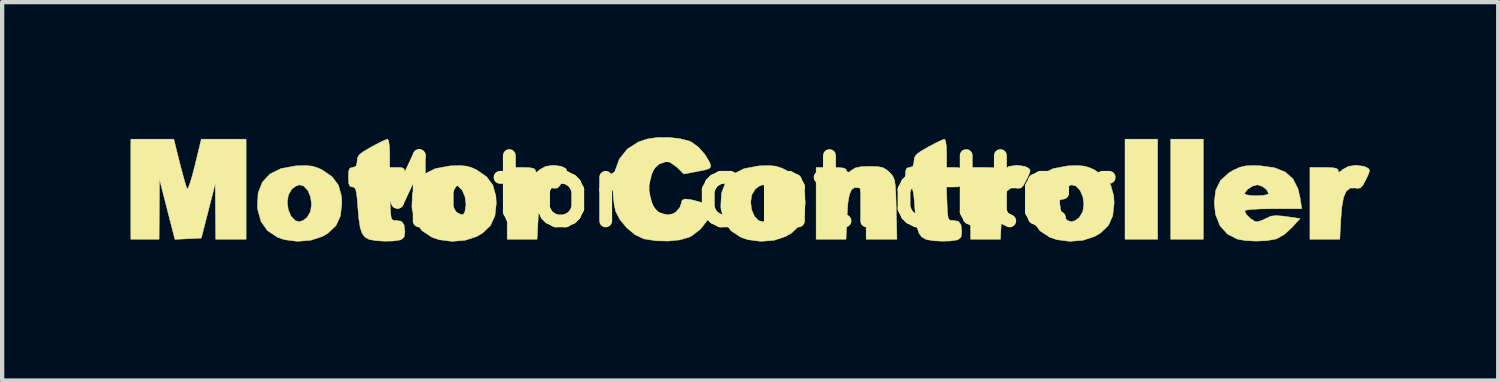
<source format=kicad_pcb>
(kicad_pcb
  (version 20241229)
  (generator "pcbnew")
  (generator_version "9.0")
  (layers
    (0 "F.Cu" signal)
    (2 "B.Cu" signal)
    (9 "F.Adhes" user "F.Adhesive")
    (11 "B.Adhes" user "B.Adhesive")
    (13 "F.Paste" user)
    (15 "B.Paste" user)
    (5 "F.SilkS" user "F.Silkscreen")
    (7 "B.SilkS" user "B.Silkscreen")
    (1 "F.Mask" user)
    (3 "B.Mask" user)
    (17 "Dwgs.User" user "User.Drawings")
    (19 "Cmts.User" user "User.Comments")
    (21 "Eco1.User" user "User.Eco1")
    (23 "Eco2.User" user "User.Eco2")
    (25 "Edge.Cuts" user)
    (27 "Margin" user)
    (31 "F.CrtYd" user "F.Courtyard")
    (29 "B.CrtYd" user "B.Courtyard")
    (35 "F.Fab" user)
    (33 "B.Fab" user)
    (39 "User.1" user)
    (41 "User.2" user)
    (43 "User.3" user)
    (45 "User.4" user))
  (footprint "MotorController"
    (layer "F.Cu")
    (at 14.178 1.418)
    (property "Reference" "MotorController" (at 0 0 0) (layer "F.SilkS") (effects (font (size 1.524 1.524) (thickness 0.3))))
    (attr through_hole)
    (fp_poly (pts (xy 9.804 1.118) (xy 9.042 1.118) (xy 9.042 -1.219) (xy 9.804 -1.219) (xy 9.804 1.118)) (stroke (width 0.01) (type solid)) (fill yes) (layer "F.SilkS"))
    (fp_poly (pts (xy 10.871 1.118) (xy 10.109 1.118) (xy 10.109 -1.219) (xy 10.871 -1.219) (xy 10.871 1.118)) (stroke (width 0.01) (type solid)) (fill yes) (layer "F.SilkS"))
    (fp_poly (pts (xy -11.481 -1.219) (xy -11.481 1.118) (xy -12.192 1.118) (xy -12.197 0.47) (xy -12.202 -0.178) (xy -12.527 1.092) (xy -12.836 1.107) (xy -13.144 1.122) (xy -13.324 0.421) (xy -13.503 -0.279) (xy -13.513 1.118) (xy -14.173 1.118) (xy -14.173 -1.219) (xy -13.169 -1.219) (xy -13.033 -0.671) (xy -12.974 -0.444) (xy -12.921 -0.25) (xy -12.88 -0.114) (xy -12.859 -0.061) (xy -12.833 -0.083) (xy -12.792 -0.189) (xy -12.739 -0.363) (xy -12.68 -0.589) (xy -12.675 -0.61) (xy -12.528 -1.219) (xy -12.004 -1.219) (xy -11.481 -1.219)) (stroke (width 0.01) (type solid)) (fill yes) (layer "F.SilkS"))
    (fp_poly (pts (xy -4.124 -0.584) (xy -4.062 -0.558) (xy -4.007 -0.522) (xy -3.993 -0.476) (xy -4.022 -0.39) (xy -4.076 -0.277) (xy -4.149 -0.141) (xy -4.209 -0.079) (xy -4.282 -0.07) (xy -4.326 -0.078) (xy -4.445 -0.076) (xy -4.535 -0.006) (xy -4.599 0.141) (xy -4.641 0.373) (xy -4.662 0.637) (xy -4.687 1.118) (xy -5.385 1.118) (xy -5.385 -0.559) (xy -5.055 -0.559) (xy -4.869 -0.554) (xy -4.766 -0.536) (xy -4.727 -0.5) (xy -4.724 -0.483) (xy -4.709 -0.443) (xy -4.654 -0.478) (xy -4.623 -0.508) (xy -4.486 -0.583) (xy -4.305 -0.61) (xy -4.124 -0.584)) (stroke (width 0.01) (type solid)) (fill yes) (layer "F.SilkS"))
    (fp_poly (pts (xy 6.697 -0.584) (xy 6.759 -0.558) (xy 6.813 -0.522) (xy 6.827 -0.476) (xy 6.798 -0.39) (xy 6.744 -0.277) (xy 6.672 -0.141) (xy 6.612 -0.079) (xy 6.538 -0.07) (xy 6.495 -0.078) (xy 6.375 -0.076) (xy 6.285 -0.006) (xy 6.221 0.141) (xy 6.179 0.373) (xy 6.158 0.637) (xy 6.133 1.118) (xy 5.436 1.118) (xy 5.436 -0.559) (xy 5.766 -0.559) (xy 5.951 -0.554) (xy 6.054 -0.536) (xy 6.094 -0.5) (xy 6.096 -0.483) (xy 6.111 -0.443) (xy 6.167 -0.478) (xy 6.198 -0.508) (xy 6.334 -0.583) (xy 6.516 -0.61) (xy 6.697 -0.584)) (stroke (width 0.01) (type solid)) (fill yes) (layer "F.SilkS"))
    (fp_poly (pts (xy 14.622 -0.584) (xy 14.683 -0.558) (xy 14.738 -0.522) (xy 14.752 -0.476) (xy 14.723 -0.39) (xy 14.669 -0.277) (xy 14.597 -0.141) (xy 14.536 -0.079) (xy 14.463 -0.07) (xy 14.42 -0.078) (xy 14.3 -0.076) (xy 14.21 -0.006) (xy 14.146 0.141) (xy 14.104 0.373) (xy 14.083 0.637) (xy 14.058 1.118) (xy 13.36 1.118) (xy 13.36 -0.559) (xy 13.691 -0.559) (xy 13.876 -0.554) (xy 13.979 -0.536) (xy 14.018 -0.5) (xy 14.021 -0.483) (xy 14.036 -0.443) (xy 14.092 -0.478) (xy 14.122 -0.508) (xy 14.259 -0.583) (xy 14.44 -0.61) (xy 14.622 -0.584)) (stroke (width 0.01) (type solid)) (fill yes) (layer "F.SilkS"))
    (fp_poly (pts (xy 3.264 -0.579) (xy 3.386 -0.555) (xy 3.477 -0.503) (xy 3.542 -0.443) (xy 3.598 -0.384) (xy 3.637 -0.325) (xy 3.663 -0.246) (xy 3.679 -0.129) (xy 3.69 0.045) (xy 3.697 0.295) (xy 3.7 0.407) (xy 3.716 1.118) (xy 2.997 1.118) (xy 2.997 0.648) (xy 2.992 0.365) (xy 2.978 0.167) (xy 2.951 0.039) (xy 2.906 -0.038) (xy 2.841 -0.077) (xy 2.834 -0.08) (xy 2.733 -0.09) (xy 2.659 -0.042) (xy 2.607 0.075) (xy 2.572 0.272) (xy 2.552 0.559) (xy 2.551 0.582) (xy 2.527 1.118) (xy 1.829 1.118) (xy 1.829 -0.559) (xy 2.184 -0.559) (xy 2.374 -0.555) (xy 2.483 -0.541) (xy 2.531 -0.511) (xy 2.54 -0.475) (xy 2.549 -0.423) (xy 2.592 -0.44) (xy 2.647 -0.487) (xy 2.742 -0.546) (xy 2.88 -0.576) (xy 3.078 -0.584) (xy 3.264 -0.579)) (stroke (width 0.01) (type solid)) (fill yes) (layer "F.SilkS"))
    (fp_poly (pts (xy -9.93 -0.587) (xy -9.795 -0.543) (xy -9.703 -0.499) (xy -9.472 -0.341) (xy -9.325 -0.144) (xy -9.255 0.108) (xy -9.246 0.279) (xy -9.278 0.571) (xy -9.38 0.797) (xy -9.563 0.972) (xy -9.701 1.054) (xy -9.973 1.143) (xy -10.281 1.168) (xy -10.584 1.129) (xy -10.749 1.072) (xy -10.981 0.919) (xy -11.133 0.705) (xy -11.21 0.425) (xy -11.217 0.353) (xy -11.212 0.253) (xy -10.519 0.253) (xy -10.497 0.427) (xy -10.433 0.58) (xy -10.334 0.683) (xy -10.236 0.711) (xy -10.146 0.678) (xy -10.058 0.61) (xy -9.978 0.474) (xy -9.953 0.306) (xy -9.975 0.131) (xy -10.039 -0.021) (xy -10.138 -0.124) (xy -10.236 -0.152) (xy -10.326 -0.119) (xy -10.414 -0.051) (xy -10.494 0.084) (xy -10.519 0.253) (xy -11.212 0.253) (xy -11.201 0.04) (xy -11.103 -0.213) (xy -10.926 -0.404) (xy -10.67 -0.531) (xy -10.338 -0.593) (xy -10.298 -0.596) (xy -10.084 -0.602) (xy -9.93 -0.587)) (stroke (width 0.01) (type solid)) (fill yes) (layer "F.SilkS"))
    (fp_poly (pts (xy -6.323 -0.587) (xy -6.188 -0.543) (xy -6.096 -0.499) (xy -5.865 -0.341) (xy -5.719 -0.144) (xy -5.649 0.108) (xy -5.639 0.279) (xy -5.671 0.571) (xy -5.774 0.797) (xy -5.956 0.972) (xy -6.094 1.054) (xy -6.366 1.143) (xy -6.674 1.168) (xy -6.977 1.129) (xy -7.142 1.072) (xy -7.374 0.919) (xy -7.526 0.705) (xy -7.603 0.425) (xy -7.61 0.353) (xy -7.605 0.253) (xy -6.913 0.253) (xy -6.89 0.427) (xy -6.826 0.58) (xy -6.727 0.683) (xy -6.629 0.711) (xy -6.539 0.678) (xy -6.452 0.61) (xy -6.372 0.474) (xy -6.346 0.306) (xy -6.369 0.131) (xy -6.432 -0.021) (xy -6.531 -0.124) (xy -6.629 -0.152) (xy -6.72 -0.119) (xy -6.807 -0.051) (xy -6.887 0.084) (xy -6.913 0.253) (xy -7.605 0.253) (xy -7.594 0.04) (xy -7.496 -0.213) (xy -7.319 -0.404) (xy -7.063 -0.531) (xy -6.731 -0.593) (xy -6.691 -0.596) (xy -6.477 -0.602) (xy -6.323 -0.587)) (stroke (width 0.01) (type solid)) (fill yes) (layer "F.SilkS"))
    (fp_poly (pts (xy 0.89 -0.587) (xy 1.025 -0.543) (xy 1.117 -0.499) (xy 1.349 -0.341) (xy 1.495 -0.144) (xy 1.565 0.108) (xy 1.575 0.279) (xy 1.543 0.571) (xy 1.44 0.797) (xy 1.258 0.972) (xy 1.119 1.054) (xy 0.848 1.143) (xy 0.539 1.168) (xy 0.237 1.129) (xy 0.071 1.072) (xy -0.16 0.919) (xy -0.313 0.705) (xy -0.39 0.425) (xy -0.397 0.353) (xy -0.392 0.253) (xy 0.301 0.253) (xy 0.323 0.427) (xy 0.387 0.58) (xy 0.486 0.683) (xy 0.584 0.711) (xy 0.674 0.678) (xy 0.762 0.61) (xy 0.842 0.474) (xy 0.867 0.306) (xy 0.845 0.131) (xy 0.781 -0.021) (xy 0.682 -0.124) (xy 0.584 -0.152) (xy 0.494 -0.119) (xy 0.406 -0.051) (xy 0.326 0.084) (xy 0.301 0.253) (xy -0.392 0.253) (xy -0.38 0.04) (xy -0.283 -0.213) (xy -0.106 -0.404) (xy 0.15 -0.531) (xy 0.483 -0.593) (xy 0.522 -0.596) (xy 0.736 -0.602) (xy 0.89 -0.587)) (stroke (width 0.01) (type solid)) (fill yes) (layer "F.SilkS"))
    (fp_poly (pts (xy 8.104 -0.587) (xy 8.239 -0.543) (xy 8.331 -0.499) (xy 8.562 -0.341) (xy 8.709 -0.144) (xy 8.779 0.108) (xy 8.788 0.279) (xy 8.756 0.571) (xy 8.654 0.797) (xy 8.471 0.972) (xy 8.333 1.054) (xy 8.061 1.143) (xy 7.753 1.168) (xy 7.45 1.129) (xy 7.285 1.072) (xy 7.053 0.919) (xy 6.901 0.705) (xy 6.824 0.425) (xy 6.817 0.353) (xy 6.822 0.253) (xy 7.515 0.253) (xy 7.537 0.427) (xy 7.601 0.58) (xy 7.7 0.683) (xy 7.798 0.711) (xy 7.888 0.678) (xy 7.976 0.61) (xy 8.056 0.474) (xy 8.081 0.306) (xy 8.059 0.131) (xy 7.995 -0.021) (xy 7.896 -0.124) (xy 7.798 -0.152) (xy 7.708 -0.119) (xy 7.62 -0.051) (xy 7.54 0.084) (xy 7.515 0.253) (xy 6.822 0.253) (xy 6.833 0.04) (xy 6.931 -0.213) (xy 7.108 -0.404) (xy 7.364 -0.531) (xy 7.696 -0.593) (xy 7.736 -0.596) (xy 7.95 -0.602) (xy 8.104 -0.587)) (stroke (width 0.01) (type solid)) (fill yes) (layer "F.SilkS"))
    (fp_poly (pts (xy 12.197 -0.597) (xy 12.531 -0.552) (xy 12.783 -0.453) (xy 12.964 -0.292) (xy 13.081 -0.062) (xy 13.133 0.165) (xy 13.169 0.406) (xy 12.503 0.406) (xy 12.218 0.41) (xy 12.006 0.421) (xy 11.875 0.438) (xy 11.836 0.457) (xy 11.876 0.541) (xy 11.967 0.633) (xy 12.071 0.699) (xy 12.121 0.711) (xy 12.22 0.686) (xy 12.344 0.627) (xy 12.445 0.581) (xy 12.562 0.566) (xy 12.729 0.578) (xy 12.808 0.589) (xy 13.13 0.635) (xy 12.935 0.85) (xy 12.766 1.004) (xy 12.595 1.103) (xy 12.555 1.116) (xy 12.35 1.151) (xy 12.1 1.162) (xy 11.854 1.15) (xy 11.665 1.116) (xy 11.432 0.997) (xy 11.26 0.802) (xy 11.156 0.542) (xy 11.125 0.264) (xy 11.15 0.059) (xy 11.836 0.059) (xy 11.882 0.082) (xy 12.001 0.098) (xy 12.116 0.102) (xy 12.269 0.094) (xy 12.37 0.074) (xy 12.395 0.054) (xy 12.353 -0.034) (xy 12.253 -0.114) (xy 12.138 -0.152) (xy 12.129 -0.152) (xy 12.019 -0.122) (xy 11.91 -0.051) (xy 11.843 0.031) (xy 11.836 0.059) (xy 11.15 0.059) (xy 11.16 -0.025) (xy 11.271 -0.251) (xy 11.465 -0.43) (xy 11.583 -0.499) (xy 11.722 -0.562) (xy 11.856 -0.594) (xy 12.023 -0.603) (xy 12.197 -0.597)) (stroke (width 0.01) (type solid)) (fill yes) (layer "F.SilkS"))
    (fp_poly (pts (xy -1.349 -1.23) (xy -1.133 -1.174) (xy -1.08 -1.15) (xy -0.917 -1.03) (xy -0.765 -0.858) (xy -0.657 -0.678) (xy -0.64 -0.631) (xy -0.633 -0.573) (xy -0.666 -0.533) (xy -0.761 -0.501) (xy -0.935 -0.466) (xy -1.261 -0.405) (xy -1.414 -0.558) (xy -1.583 -0.679) (xy -1.745 -0.707) (xy -1.89 -0.653) (xy -2.008 -0.525) (xy -2.091 -0.333) (xy -2.128 -0.085) (xy -2.119 0.141) (xy -2.058 0.354) (xy -1.939 0.513) (xy -1.778 0.6) (xy -1.697 0.61) (xy -1.575 0.573) (xy -1.448 0.485) (xy -1.352 0.374) (xy -1.321 0.285) (xy -1.301 0.209) (xy -1.233 0.178) (xy -1.101 0.192) (xy -0.914 0.24) (xy -0.746 0.291) (xy -0.655 0.333) (xy -0.623 0.382) (xy -0.627 0.455) (xy -0.632 0.478) (xy -0.716 0.684) (xy -0.871 0.881) (xy -1.069 1.036) (xy -1.137 1.071) (xy -1.35 1.133) (xy -1.62 1.161) (xy -1.91 1.154) (xy -2.18 1.112) (xy -2.204 1.106) (xy -2.396 1.014) (xy -2.589 0.856) (xy -2.752 0.66) (xy -2.852 0.467) (xy -2.885 0.317) (xy -2.908 0.113) (xy -2.915 -0.076) (xy -2.878 -0.449) (xy -2.766 -0.753) (xy -2.58 -0.988) (xy -2.32 -1.154) (xy -2.118 -1.222) (xy -1.881 -1.257) (xy -1.611 -1.259) (xy -1.349 -1.23)) (stroke (width 0.01) (type solid)) (fill yes) (layer "F.SilkS"))
    (fp_poly (pts (xy -8.152 -1.173) (xy -8.134 -1.052) (xy -8.128 -0.889) (xy -8.128 -0.559) (xy -7.95 -0.559) (xy -7.841 -0.554) (xy -7.789 -0.521) (xy -7.773 -0.432) (xy -7.772 -0.33) (xy -7.776 -0.19) (xy -7.802 -0.123) (xy -7.871 -0.103) (xy -7.952 -0.102) (xy -8.132 -0.102) (xy -8.117 0.292) (xy -8.108 0.49) (xy -8.095 0.606) (xy -8.069 0.663) (xy -8.024 0.68) (xy -7.976 0.68) (xy -7.856 0.699) (xy -7.793 0.781) (xy -7.773 0.942) (xy -7.773 0.947) (xy -7.792 1.07) (xy -7.863 1.129) (xy -7.887 1.136) (xy -8.04 1.159) (xy -8.237 1.164) (xy -8.435 1.153) (xy -8.59 1.127) (xy -8.62 1.117) (xy -8.709 1.065) (xy -8.773 0.979) (xy -8.818 0.843) (xy -8.849 0.638) (xy -8.871 0.387) (xy -8.889 0.159) (xy -8.908 0.015) (xy -8.932 -0.064) (xy -8.967 -0.097) (xy -8.999 -0.102) (xy -9.058 -0.119) (xy -9.086 -0.189) (xy -9.093 -0.33) (xy -9.087 -0.473) (xy -9.059 -0.541) (xy -8.999 -0.559) (xy -8.992 -0.559) (xy -8.916 -0.584) (xy -8.891 -0.675) (xy -8.89 -0.707) (xy -8.879 -0.79) (xy -8.834 -0.859) (xy -8.737 -0.933) (xy -8.567 -1.032) (xy -8.558 -1.037) (xy -8.391 -1.125) (xy -8.257 -1.19) (xy -8.181 -1.219) (xy -8.177 -1.219) (xy -8.152 -1.173)) (stroke (width 0.01) (type solid)) (fill yes) (layer "F.SilkS"))
    (fp_poly (pts (xy 4.853 -1.173) (xy 4.87 -1.052) (xy 4.877 -0.889) (xy 4.877 -0.559) (xy 5.055 -0.559) (xy 5.164 -0.554) (xy 5.216 -0.521) (xy 5.231 -0.432) (xy 5.232 -0.33) (xy 5.229 -0.19) (xy 5.203 -0.123) (xy 5.133 -0.103) (xy 5.052 -0.102) (xy 4.873 -0.102) (xy 4.887 0.292) (xy 4.896 0.49) (xy 4.91 0.606) (xy 4.936 0.663) (xy 4.981 0.68) (xy 5.029 0.68) (xy 5.149 0.699) (xy 5.212 0.781) (xy 5.232 0.942) (xy 5.232 0.947) (xy 5.213 1.07) (xy 5.142 1.129) (xy 5.118 1.136) (xy 4.965 1.159) (xy 4.768 1.164) (xy 4.57 1.153) (xy 4.415 1.127) (xy 4.385 1.117) (xy 4.296 1.065) (xy 4.232 0.979) (xy 4.187 0.843) (xy 4.156 0.638) (xy 4.134 0.387) (xy 4.116 0.159) (xy 4.097 0.015) (xy 4.073 -0.064) (xy 4.038 -0.097) (xy 4.006 -0.102) (xy 3.946 -0.119) (xy 3.918 -0.189) (xy 3.912 -0.33) (xy 3.918 -0.473) (xy 3.946 -0.541) (xy 4.006 -0.559) (xy 4.013 -0.559) (xy 4.088 -0.584) (xy 4.114 -0.675) (xy 4.115 -0.707) (xy 4.126 -0.79) (xy 4.17 -0.859) (xy 4.268 -0.933) (xy 4.438 -1.032) (xy 4.447 -1.037) (xy 4.614 -1.125) (xy 4.748 -1.19) (xy 4.824 -1.219) (xy 4.828 -1.219) (xy 4.853 -1.173)) (stroke (width 0.01) (type solid)) (fill yes) (layer "F.SilkS")))
  (gr_rect
    (start -3 -3)
    (end 31.935 5.836)
    (stroke (width 0.1) (type default))
    (fill no)
    (layer "Edge.Cuts")))
</source>
